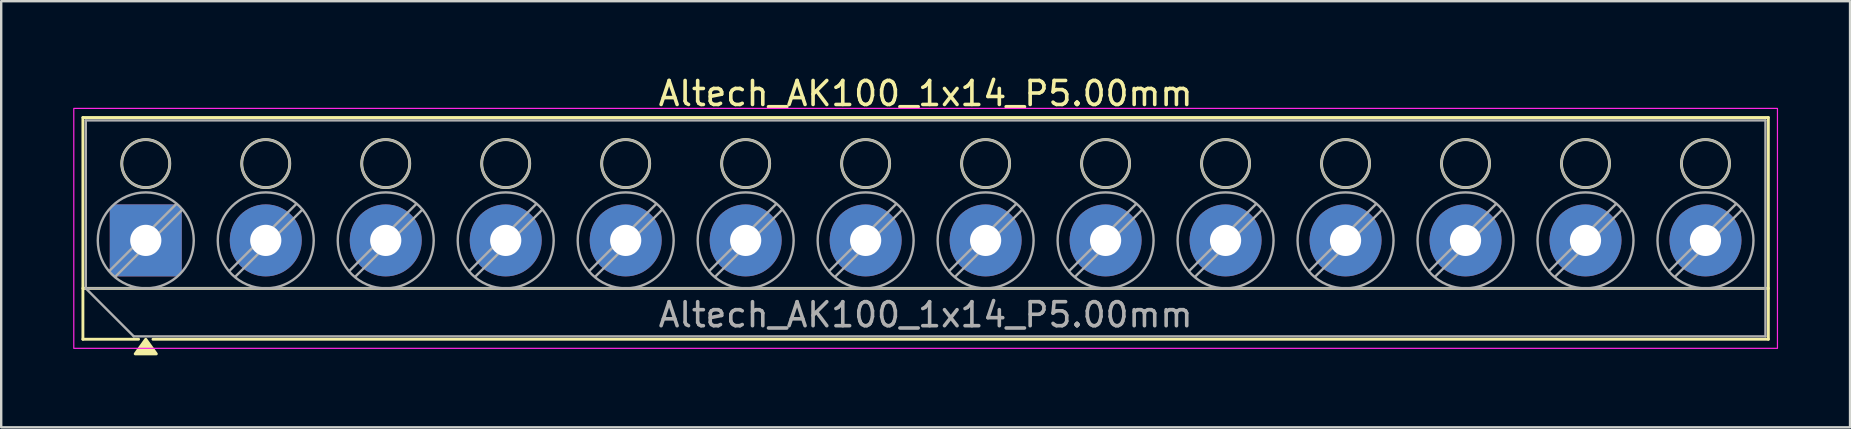
<source format=kicad_pcb>
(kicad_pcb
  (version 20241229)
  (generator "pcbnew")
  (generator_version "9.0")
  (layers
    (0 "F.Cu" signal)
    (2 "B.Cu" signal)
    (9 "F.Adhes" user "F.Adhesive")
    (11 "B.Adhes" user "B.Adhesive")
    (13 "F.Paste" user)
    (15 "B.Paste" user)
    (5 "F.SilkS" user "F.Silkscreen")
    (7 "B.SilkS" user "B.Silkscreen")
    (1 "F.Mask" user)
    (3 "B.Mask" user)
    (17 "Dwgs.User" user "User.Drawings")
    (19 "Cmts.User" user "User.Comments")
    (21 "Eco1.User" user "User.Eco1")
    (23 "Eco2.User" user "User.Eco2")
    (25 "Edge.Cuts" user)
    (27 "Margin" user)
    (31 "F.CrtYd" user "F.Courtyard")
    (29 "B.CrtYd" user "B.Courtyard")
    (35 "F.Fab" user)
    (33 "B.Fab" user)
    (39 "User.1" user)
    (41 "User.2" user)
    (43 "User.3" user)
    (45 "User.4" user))
  (footprint "Altech_AK100_1x14_P5.00mm"
    (layer "F.Cu")
    (at 3.025 6.968)
    (property "Reference" "Altech_AK100_1x14_P5.00mm" (at 32.5 -6.12 0) (layer "F.SilkS") (effects (font (size 1 1) (thickness 0.15))))
    (attr through_hole)
    (fp_line (start -2.62 -5.12) (end 67.62 -5.12) (stroke (width 0.12) (type solid)) (layer "F.SilkS"))
    (fp_line (start -2.62 2) (end 67.62 2) (stroke (width 0.12) (type solid)) (layer "F.SilkS"))
    (fp_line (start -2.62 4.12) (end -2.62 -5.12) (stroke (width 0.12) (type solid)) (layer "F.SilkS"))
    (fp_line (start -0.3 4.12) (end -2.62 4.12) (stroke (width 0.12) (type solid)) (layer "F.SilkS"))
    (fp_line (start 67.62 -5.12) (end 67.62 4.12) (stroke (width 0.12) (type solid)) (layer "F.SilkS"))
    (fp_line (start 67.62 4.12) (end 0.3 4.12) (stroke (width 0.12) (type solid)) (layer "F.SilkS"))
    (fp_circle (center 0 -3.2) (end 1 -3.2) (stroke (width 0.12) (type solid)) (fill no) (layer "F.SilkS"))
    (fp_circle (center 5 -3.2) (end 6 -3.2) (stroke (width 0.12) (type solid)) (fill no) (layer "F.SilkS"))
    (fp_circle (center 10 -3.2) (end 11 -3.2) (stroke (width 0.12) (type solid)) (fill no) (layer "F.SilkS"))
    (fp_circle (center 15 -3.2) (end 16 -3.2) (stroke (width 0.12) (type solid)) (fill no) (layer "F.SilkS"))
    (fp_circle (center 20 -3.2) (end 21 -3.2) (stroke (width 0.12) (type solid)) (fill no) (layer "F.SilkS"))
    (fp_circle (center 25 -3.2) (end 26 -3.2) (stroke (width 0.12) (type solid)) (fill no) (layer "F.SilkS"))
    (fp_circle (center 30 -3.2) (end 31 -3.2) (stroke (width 0.12) (type solid)) (fill no) (layer "F.SilkS"))
    (fp_circle (center 35 -3.2) (end 36 -3.2) (stroke (width 0.12) (type solid)) (fill no) (layer "F.SilkS"))
    (fp_circle (center 40 -3.2) (end 41 -3.2) (stroke (width 0.12) (type solid)) (fill no) (layer "F.SilkS"))
    (fp_circle (center 45 -3.2) (end 46 -3.2) (stroke (width 0.12) (type solid)) (fill no) (layer "F.SilkS"))
    (fp_circle (center 50 -3.2) (end 51 -3.2) (stroke (width 0.12) (type solid)) (fill no) (layer "F.SilkS"))
    (fp_circle (center 55 -3.2) (end 56 -3.2) (stroke (width 0.12) (type solid)) (fill no) (layer "F.SilkS"))
    (fp_circle (center 60 -3.2) (end 61 -3.2) (stroke (width 0.12) (type solid)) (fill no) (layer "F.SilkS"))
    (fp_circle (center 65 -3.2) (end 66 -3.2) (stroke (width 0.12) (type solid)) (fill no) (layer "F.SilkS"))
    (fp_poly (pts (xy 0 4.12) (xy 0.44 4.73) (xy -0.44 4.73)) (stroke (width 0.12) (type solid)) (fill yes) (layer "F.SilkS"))
    (fp_rect (start -3 -5.5) (end 68 4.5) (stroke (width 0.05) (type solid)) (fill no) (layer "F.CrtYd"))
    (fp_line (start -2.5 -5) (end 67.5 -5) (stroke (width 0.1) (type solid)) (layer "F.Fab"))
    (fp_line (start -2.5 2) (end -2.5 -5) (stroke (width 0.1) (type solid)) (layer "F.Fab"))
    (fp_line (start -2.5 2) (end 67.5 2) (stroke (width 0.1) (type solid)) (layer "F.Fab"))
    (fp_line (start -0.5 4) (end -2.5 2) (stroke (width 0.1) (type solid)) (layer "F.Fab"))
    (fp_line (start 1.273 -1.517) (end -1.517 1.273) (stroke (width 0.1) (type solid)) (layer "F.Fab"))
    (fp_line (start 1.517 -1.273) (end -1.273 1.517) (stroke (width 0.1) (type solid)) (layer "F.Fab"))
    (fp_line (start 6.273 -1.517) (end 3.483 1.273) (stroke (width 0.1) (type solid)) (layer "F.Fab"))
    (fp_line (start 6.517 -1.273) (end 3.727 1.517) (stroke (width 0.1) (type solid)) (layer "F.Fab"))
    (fp_line (start 11.273 -1.517) (end 8.483 1.273) (stroke (width 0.1) (type solid)) (layer "F.Fab"))
    (fp_line (start 11.517 -1.273) (end 8.727 1.517) (stroke (width 0.1) (type solid)) (layer "F.Fab"))
    (fp_line (start 16.273 -1.517) (end 13.483 1.273) (stroke (width 0.1) (type solid)) (layer "F.Fab"))
    (fp_line (start 16.517 -1.273) (end 13.727 1.517) (stroke (width 0.1) (type solid)) (layer "F.Fab"))
    (fp_line (start 21.273 -1.517) (end 18.483 1.273) (stroke (width 0.1) (type solid)) (layer "F.Fab"))
    (fp_line (start 21.517 -1.273) (end 18.727 1.517) (stroke (width 0.1) (type solid)) (layer "F.Fab"))
    (fp_line (start 26.273 -1.517) (end 23.483 1.273) (stroke (width 0.1) (type solid)) (layer "F.Fab"))
    (fp_line (start 26.517 -1.273) (end 23.727 1.517) (stroke (width 0.1) (type solid)) (layer "F.Fab"))
    (fp_line (start 31.273 -1.517) (end 28.483 1.273) (stroke (width 0.1) (type solid)) (layer "F.Fab"))
    (fp_line (start 31.517 -1.273) (end 28.727 1.517) (stroke (width 0.1) (type solid)) (layer "F.Fab"))
    (fp_line (start 36.273 -1.517) (end 33.483 1.273) (stroke (width 0.1) (type solid)) (layer "F.Fab"))
    (fp_line (start 36.517 -1.273) (end 33.727 1.517) (stroke (width 0.1) (type solid)) (layer "F.Fab"))
    (fp_line (start 41.273 -1.517) (end 38.483 1.273) (stroke (width 0.1) (type solid)) (layer "F.Fab"))
    (fp_line (start 41.517 -1.273) (end 38.727 1.517) (stroke (width 0.1) (type solid)) (layer "F.Fab"))
    (fp_line (start 46.273 -1.517) (end 43.483 1.273) (stroke (width 0.1) (type solid)) (layer "F.Fab"))
    (fp_line (start 46.517 -1.273) (end 43.727 1.517) (stroke (width 0.1) (type solid)) (layer "F.Fab"))
    (fp_line (start 51.273 -1.517) (end 48.483 1.273) (stroke (width 0.1) (type solid)) (layer "F.Fab"))
    (fp_line (start 51.517 -1.273) (end 48.727 1.517) (stroke (width 0.1) (type solid)) (layer "F.Fab"))
    (fp_line (start 56.273 -1.517) (end 53.483 1.273) (stroke (width 0.1) (type solid)) (layer "F.Fab"))
    (fp_line (start 56.517 -1.273) (end 53.727 1.517) (stroke (width 0.1) (type solid)) (layer "F.Fab"))
    (fp_line (start 61.273 -1.517) (end 58.483 1.273) (stroke (width 0.1) (type solid)) (layer "F.Fab"))
    (fp_line (start 61.517 -1.273) (end 58.727 1.517) (stroke (width 0.1) (type solid)) (layer "F.Fab"))
    (fp_line (start 66.273 -1.517) (end 63.483 1.273) (stroke (width 0.1) (type solid)) (layer "F.Fab"))
    (fp_line (start 66.517 -1.273) (end 63.727 1.517) (stroke (width 0.1) (type solid)) (layer "F.Fab"))
    (fp_line (start 67.5 -5) (end 67.5 4) (stroke (width 0.1) (type solid)) (layer "F.Fab"))
    (fp_line (start 67.5 4) (end -0.5 4) (stroke (width 0.1) (type solid)) (layer "F.Fab"))
    (fp_circle (center 0 -3.2) (end 1 -3.2) (stroke (width 0.1) (type solid)) (fill no) (layer "F.Fab"))
    (fp_circle (center 0 0) (end 2 0) (stroke (width 0.1) (type solid)) (fill no) (layer "F.Fab"))
    (fp_circle (center 5 -3.2) (end 6 -3.2) (stroke (width 0.1) (type solid)) (fill no) (layer "F.Fab"))
    (fp_circle (center 5 0) (end 7 0) (stroke (width 0.1) (type solid)) (fill no) (layer "F.Fab"))
    (fp_circle (center 10 -3.2) (end 11 -3.2) (stroke (width 0.1) (type solid)) (fill no) (layer "F.Fab"))
    (fp_circle (center 10 0) (end 12 0) (stroke (width 0.1) (type solid)) (fill no) (layer "F.Fab"))
    (fp_circle (center 15 -3.2) (end 16 -3.2) (stroke (width 0.1) (type solid)) (fill no) (layer "F.Fab"))
    (fp_circle (center 15 0) (end 17 0) (stroke (width 0.1) (type solid)) (fill no) (layer "F.Fab"))
    (fp_circle (center 20 -3.2) (end 21 -3.2) (stroke (width 0.1) (type solid)) (fill no) (layer "F.Fab"))
    (fp_circle (center 20 0) (end 22 0) (stroke (width 0.1) (type solid)) (fill no) (layer "F.Fab"))
    (fp_circle (center 25 -3.2) (end 26 -3.2) (stroke (width 0.1) (type solid)) (fill no) (layer "F.Fab"))
    (fp_circle (center 25 0) (end 27 0) (stroke (width 0.1) (type solid)) (fill no) (layer "F.Fab"))
    (fp_circle (center 30 -3.2) (end 31 -3.2) (stroke (width 0.1) (type solid)) (fill no) (layer "F.Fab"))
    (fp_circle (center 30 0) (end 32 0) (stroke (width 0.1) (type solid)) (fill no) (layer "F.Fab"))
    (fp_circle (center 35 -3.2) (end 36 -3.2) (stroke (width 0.1) (type solid)) (fill no) (layer "F.Fab"))
    (fp_circle (center 35 0) (end 37 0) (stroke (width 0.1) (type solid)) (fill no) (layer "F.Fab"))
    (fp_circle (center 40 -3.2) (end 41 -3.2) (stroke (width 0.1) (type solid)) (fill no) (layer "F.Fab"))
    (fp_circle (center 40 0) (end 42 0) (stroke (width 0.1) (type solid)) (fill no) (layer "F.Fab"))
    (fp_circle (center 45 -3.2) (end 46 -3.2) (stroke (width 0.1) (type solid)) (fill no) (layer "F.Fab"))
    (fp_circle (center 45 0) (end 47 0) (stroke (width 0.1) (type solid)) (fill no) (layer "F.Fab"))
    (fp_circle (center 50 -3.2) (end 51 -3.2) (stroke (width 0.1) (type solid)) (fill no) (layer "F.Fab"))
    (fp_circle (center 50 0) (end 52 0) (stroke (width 0.1) (type solid)) (fill no) (layer "F.Fab"))
    (fp_circle (center 55 -3.2) (end 56 -3.2) (stroke (width 0.1) (type solid)) (fill no) (layer "F.Fab"))
    (fp_circle (center 55 0) (end 57 0) (stroke (width 0.1) (type solid)) (fill no) (layer "F.Fab"))
    (fp_circle (center 60 -3.2) (end 61 -3.2) (stroke (width 0.1) (type solid)) (fill no) (layer "F.Fab"))
    (fp_circle (center 60 0) (end 62 0) (stroke (width 0.1) (type solid)) (fill no) (layer "F.Fab"))
    (fp_circle (center 65 -3.2) (end 66 -3.2) (stroke (width 0.1) (type solid)) (fill no) (layer "F.Fab"))
    (fp_circle (center 65 0) (end 67 0) (stroke (width 0.1) (type solid)) (fill no) (layer "F.Fab"))
    (fp_text user "${REFERENCE}" (at 32.5 3.1 0) (layer "F.Fab") (effects (font (size 1 1) (thickness 0.15))))
    (pad "1" thru_hole roundrect (at 0 0) (size 3 3) (drill 1.3) (layers "*.Cu" "*.Mask") (roundrect_rratio 0.083))
    (pad "2" thru_hole circle (at 5 0) (size 3 3) (drill 1.3) (layers "*.Cu" "*.Mask"))
    (pad "3" thru_hole circle (at 10 0) (size 3 3) (drill 1.3) (layers "*.Cu" "*.Mask"))
    (pad "4" thru_hole circle (at 15 0) (size 3 3) (drill 1.3) (layers "*.Cu" "*.Mask"))
    (pad "5" thru_hole circle (at 20 0) (size 3 3) (drill 1.3) (layers "*.Cu" "*.Mask"))
    (pad "6" thru_hole circle (at 25 0) (size 3 3) (drill 1.3) (layers "*.Cu" "*.Mask"))
    (pad "7" thru_hole circle (at 30 0) (size 3 3) (drill 1.3) (layers "*.Cu" "*.Mask"))
    (pad "8" thru_hole circle (at 35 0) (size 3 3) (drill 1.3) (layers "*.Cu" "*.Mask"))
    (pad "9" thru_hole circle (at 40 0) (size 3 3) (drill 1.3) (layers "*.Cu" "*.Mask"))
    (pad "10" thru_hole circle (at 45 0) (size 3 3) (drill 1.3) (layers "*.Cu" "*.Mask"))
    (pad "11" thru_hole circle (at 50 0) (size 3 3) (drill 1.3) (layers "*.Cu" "*.Mask"))
    (pad "12" thru_hole circle (at 55 0) (size 3 3) (drill 1.3) (layers "*.Cu" "*.Mask"))
    (pad "13" thru_hole circle (at 60 0) (size 3 3) (drill 1.3) (layers "*.Cu" "*.Mask"))
    (pad "14" thru_hole circle (at 65 0) (size 3 3) (drill 1.3) (layers "*.Cu" "*.Mask")))
  (gr_rect
    (start -3 -3)
    (end 74.05 14.758)
    (stroke (width 0.1) (type default))
    (fill no)
    (layer "Edge.Cuts")))
</source>
